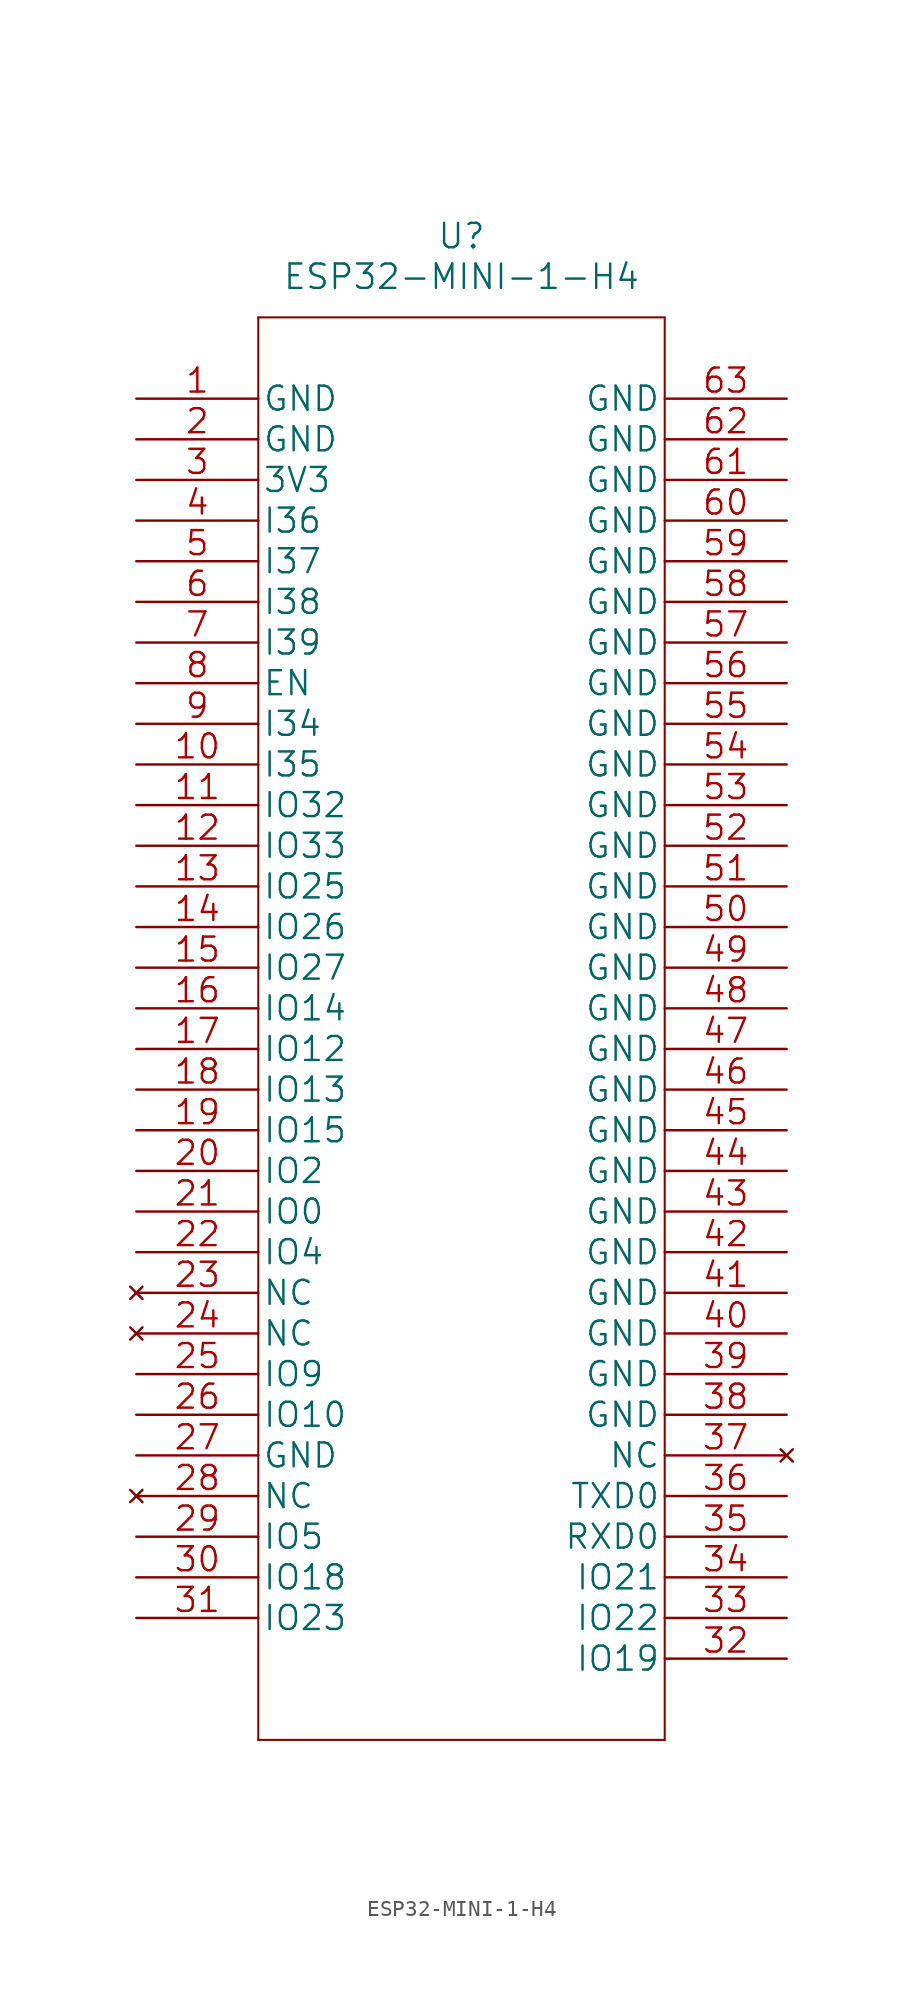
<source format=kicad_sym>
(kicad_symbol_lib
  (version 20211014)
  (generator kicad_symbol_editor)
  (symbol "ESP32-MINI-1-H4"
    (pin_names
      (offset 0.254))
    (property "Reference" "U"
      (at 20.32 10.16 0)
      (effects (font (size 1.524 1.524))))
    (property "Value" "ESP32-MINI-1-H4"
      (at 20.32 7.62 0)
      (effects (font (size 1.524 1.524))))
    (property "Datasheet" ""
      (at 0 0 0)
      (effects (font (size 1.524 1.524))))
    (property "ki_locked" ""
      (at 0 0 0)
      (effects (font (size 1.27 1.27))))
    (symbol "ESP32-MINI-1-H4_1_1"
      (polyline (pts (xy 7.62 -83.82) (xy 33.02 -83.82)) (stroke (width 0.127) (type default) (color 0 0 0 0)) (fill (type none)))
      (polyline (pts (xy 7.62 5.08) (xy 7.62 -83.82)) (stroke (width 0.127) (type default) (color 0 0 0 0)) (fill (type none)))
      (polyline (pts (xy 33.02 -83.82) (xy 33.02 5.08)) (stroke (width 0.127) (type default) (color 0 0 0 0)) (fill (type none)))
      (polyline (pts (xy 33.02 5.08) (xy 7.62 5.08)) (stroke (width 0.127) (type default) (color 0 0 0 0)) (fill (type none)))
      (pin power_in line (at 0 0 0) (length 7.62) (name "GND" (effects (font (size 1.499 1.499)))) (number "1" (effects (font (size 1.499 1.499)))))
      (pin input line (at 0 -22.86 0) (length 7.62) (name "I35" (effects (font (size 1.499 1.499)))) (number "10" (effects (font (size 1.499 1.499)))))
      (pin bidirectional line (at 0 -25.4 0) (length 7.62) (name "IO32" (effects (font (size 1.499 1.499)))) (number "11" (effects (font (size 1.499 1.499)))))
      (pin bidirectional line (at 0 -27.94 0) (length 7.62) (name "IO33" (effects (font (size 1.499 1.499)))) (number "12" (effects (font (size 1.499 1.499)))))
      (pin bidirectional line (at 0 -30.48 0) (length 7.62) (name "IO25" (effects (font (size 1.499 1.499)))) (number "13" (effects (font (size 1.499 1.499)))))
      (pin bidirectional line (at 0 -33.02 0) (length 7.62) (name "IO26" (effects (font (size 1.499 1.499)))) (number "14" (effects (font (size 1.499 1.499)))))
      (pin bidirectional line (at 0 -35.56 0) (length 7.62) (name "IO27" (effects (font (size 1.499 1.499)))) (number "15" (effects (font (size 1.499 1.499)))))
      (pin bidirectional line (at 0 -38.1 0) (length 7.62) (name "IO14" (effects (font (size 1.499 1.499)))) (number "16" (effects (font (size 1.499 1.499)))))
      (pin bidirectional line (at 0 -40.64 0) (length 7.62) (name "IO12" (effects (font (size 1.499 1.499)))) (number "17" (effects (font (size 1.499 1.499)))))
      (pin bidirectional line (at 0 -43.18 0) (length 7.62) (name "IO13" (effects (font (size 1.499 1.499)))) (number "18" (effects (font (size 1.499 1.499)))))
      (pin bidirectional line (at 0 -45.72 0) (length 7.62) (name "IO15" (effects (font (size 1.499 1.499)))) (number "19" (effects (font (size 1.499 1.499)))))
      (pin power_in line (at 0 -2.54 0) (length 7.62) (name "GND" (effects (font (size 1.499 1.499)))) (number "2" (effects (font (size 1.499 1.499)))))
      (pin bidirectional line (at 0 -48.26 0) (length 7.62) (name "IO2" (effects (font (size 1.499 1.499)))) (number "20" (effects (font (size 1.499 1.499)))))
      (pin bidirectional line (at 0 -50.8 0) (length 7.62) (name "IO0" (effects (font (size 1.499 1.499)))) (number "21" (effects (font (size 1.499 1.499)))))
      (pin bidirectional line (at 0 -53.34 0) (length 7.62) (name "IO4" (effects (font (size 1.499 1.499)))) (number "22" (effects (font (size 1.499 1.499)))))
      (pin no_connect line (at 0 -55.88 0) (length 7.62) (name "NC" (effects (font (size 1.499 1.499)))) (number "23" (effects (font (size 1.499 1.499)))))
      (pin no_connect line (at 0 -58.42 0) (length 7.62) (name "NC" (effects (font (size 1.499 1.499)))) (number "24" (effects (font (size 1.499 1.499)))))
      (pin bidirectional line (at 0 -60.96 0) (length 7.62) (name "IO9" (effects (font (size 1.499 1.499)))) (number "25" (effects (font (size 1.499 1.499)))))
      (pin bidirectional line (at 0 -63.5 0) (length 7.62) (name "IO10" (effects (font (size 1.499 1.499)))) (number "26" (effects (font (size 1.499 1.499)))))
      (pin power_in line (at 0 -66.04 0) (length 7.62) (name "GND" (effects (font (size 1.499 1.499)))) (number "27" (effects (font (size 1.499 1.499)))))
      (pin no_connect line (at 0 -68.58 0) (length 7.62) (name "NC" (effects (font (size 1.499 1.499)))) (number "28" (effects (font (size 1.499 1.499)))))
      (pin bidirectional line (at 0 -71.12 0) (length 7.62) (name "IO5" (effects (font (size 1.499 1.499)))) (number "29" (effects (font (size 1.499 1.499)))))
      (pin power_in line (at 0 -5.08 0) (length 7.62) (name "3V3" (effects (font (size 1.499 1.499)))) (number "3" (effects (font (size 1.499 1.499)))))
      (pin bidirectional line (at 0 -73.66 0) (length 7.62) (name "IO18" (effects (font (size 1.499 1.499)))) (number "30" (effects (font (size 1.499 1.499)))))
      (pin bidirectional line (at 0 -76.2 0) (length 7.62) (name "IO23" (effects (font (size 1.499 1.499)))) (number "31" (effects (font (size 1.499 1.499)))))
      (pin bidirectional line (at 40.64 -78.74 180) (length 7.62) (name "IO19" (effects (font (size 1.499 1.499)))) (number "32" (effects (font (size 1.499 1.499)))))
      (pin bidirectional line (at 40.64 -76.2 180) (length 7.62) (name "IO22" (effects (font (size 1.499 1.499)))) (number "33" (effects (font (size 1.499 1.499)))))
      (pin bidirectional line (at 40.64 -73.66 180) (length 7.62) (name "IO21" (effects (font (size 1.499 1.499)))) (number "34" (effects (font (size 1.499 1.499)))))
      (pin bidirectional line (at 40.64 -71.12 180) (length 7.62) (name "RXD0" (effects (font (size 1.499 1.499)))) (number "35" (effects (font (size 1.499 1.499)))))
      (pin bidirectional line (at 40.64 -68.58 180) (length 7.62) (name "TXD0" (effects (font (size 1.499 1.499)))) (number "36" (effects (font (size 1.499 1.499)))))
      (pin no_connect line (at 40.64 -66.04 180) (length 7.62) (name "NC" (effects (font (size 1.499 1.499)))) (number "37" (effects (font (size 1.499 1.499)))))
      (pin power_in line (at 40.64 -63.5 180) (length 7.62) (name "GND" (effects (font (size 1.499 1.499)))) (number "38" (effects (font (size 1.499 1.499)))))
      (pin power_in line (at 40.64 -60.96 180) (length 7.62) (name "GND" (effects (font (size 1.499 1.499)))) (number "39" (effects (font (size 1.499 1.499)))))
      (pin input line (at 0 -7.62 0) (length 7.62) (name "I36" (effects (font (size 1.499 1.499)))) (number "4" (effects (font (size 1.499 1.499)))))
      (pin power_in line (at 40.64 -58.42 180) (length 7.62) (name "GND" (effects (font (size 1.499 1.499)))) (number "40" (effects (font (size 1.499 1.499)))))
      (pin power_in line (at 40.64 -55.88 180) (length 7.62) (name "GND" (effects (font (size 1.499 1.499)))) (number "41" (effects (font (size 1.499 1.499)))))
      (pin power_in line (at 40.64 -53.34 180) (length 7.62) (name "GND" (effects (font (size 1.499 1.499)))) (number "42" (effects (font (size 1.499 1.499)))))
      (pin power_in line (at 40.64 -50.8 180) (length 7.62) (name "GND" (effects (font (size 1.499 1.499)))) (number "43" (effects (font (size 1.499 1.499)))))
      (pin power_in line (at 40.64 -48.26 180) (length 7.62) (name "GND" (effects (font (size 1.499 1.499)))) (number "44" (effects (font (size 1.499 1.499)))))
      (pin power_in line (at 40.64 -45.72 180) (length 7.62) (name "GND" (effects (font (size 1.499 1.499)))) (number "45" (effects (font (size 1.499 1.499)))))
      (pin power_in line (at 40.64 -43.18 180) (length 7.62) (name "GND" (effects (font (size 1.499 1.499)))) (number "46" (effects (font (size 1.499 1.499)))))
      (pin power_in line (at 40.64 -40.64 180) (length 7.62) (name "GND" (effects (font (size 1.499 1.499)))) (number "47" (effects (font (size 1.499 1.499)))))
      (pin power_in line (at 40.64 -38.1 180) (length 7.62) (name "GND" (effects (font (size 1.499 1.499)))) (number "48" (effects (font (size 1.499 1.499)))))
      (pin power_in line (at 40.64 -35.56 180) (length 7.62) (name "GND" (effects (font (size 1.499 1.499)))) (number "49" (effects (font (size 1.499 1.499)))))
      (pin input line (at 0 -10.16 0) (length 7.62) (name "I37" (effects (font (size 1.499 1.499)))) (number "5" (effects (font (size 1.499 1.499)))))
      (pin power_in line (at 40.64 -33.02 180) (length 7.62) (name "GND" (effects (font (size 1.499 1.499)))) (number "50" (effects (font (size 1.499 1.499)))))
      (pin power_in line (at 40.64 -30.48 180) (length 7.62) (name "GND" (effects (font (size 1.499 1.499)))) (number "51" (effects (font (size 1.499 1.499)))))
      (pin power_in line (at 40.64 -27.94 180) (length 7.62) (name "GND" (effects (font (size 1.499 1.499)))) (number "52" (effects (font (size 1.499 1.499)))))
      (pin power_in line (at 40.64 -25.4 180) (length 7.62) (name "GND" (effects (font (size 1.499 1.499)))) (number "53" (effects (font (size 1.499 1.499)))))
      (pin power_in line (at 40.64 -22.86 180) (length 7.62) (name "GND" (effects (font (size 1.499 1.499)))) (number "54" (effects (font (size 1.499 1.499)))))
      (pin power_in line (at 40.64 -20.32 180) (length 7.62) (name "GND" (effects (font (size 1.499 1.499)))) (number "55" (effects (font (size 1.499 1.499)))))
      (pin power_in line (at 40.64 -17.78 180) (length 7.62) (name "GND" (effects (font (size 1.499 1.499)))) (number "56" (effects (font (size 1.499 1.499)))))
      (pin power_in line (at 40.64 -15.24 180) (length 7.62) (name "GND" (effects (font (size 1.499 1.499)))) (number "57" (effects (font (size 1.499 1.499)))))
      (pin power_in line (at 40.64 -12.7 180) (length 7.62) (name "GND" (effects (font (size 1.499 1.499)))) (number "58" (effects (font (size 1.499 1.499)))))
      (pin power_in line (at 40.64 -10.16 180) (length 7.62) (name "GND" (effects (font (size 1.499 1.499)))) (number "59" (effects (font (size 1.499 1.499)))))
      (pin input line (at 0 -12.7 0) (length 7.62) (name "I38" (effects (font (size 1.499 1.499)))) (number "6" (effects (font (size 1.499 1.499)))))
      (pin power_in line (at 40.64 -7.62 180) (length 7.62) (name "GND" (effects (font (size 1.499 1.499)))) (number "60" (effects (font (size 1.499 1.499)))))
      (pin power_in line (at 40.64 -5.08 180) (length 7.62) (name "GND" (effects (font (size 1.499 1.499)))) (number "61" (effects (font (size 1.499 1.499)))))
      (pin power_in line (at 40.64 -2.54 180) (length 7.62) (name "GND" (effects (font (size 1.499 1.499)))) (number "62" (effects (font (size 1.499 1.499)))))
      (pin power_in line (at 40.64 0 180) (length 7.62) (name "GND" (effects (font (size 1.499 1.499)))) (number "63" (effects (font (size 1.499 1.499)))))
      (pin input line (at 0 -15.24 0) (length 7.62) (name "I39" (effects (font (size 1.499 1.499)))) (number "7" (effects (font (size 1.499 1.499)))))
      (pin input line (at 0 -17.78 0) (length 7.62) (name "EN" (effects (font (size 1.499 1.499)))) (number "8" (effects (font (size 1.499 1.499)))))
      (pin input line (at 0 -20.32 0) (length 7.62) (name "I34" (effects (font (size 1.499 1.499)))) (number "9" (effects (font (size 1.499 1.499))))))))
</source>
